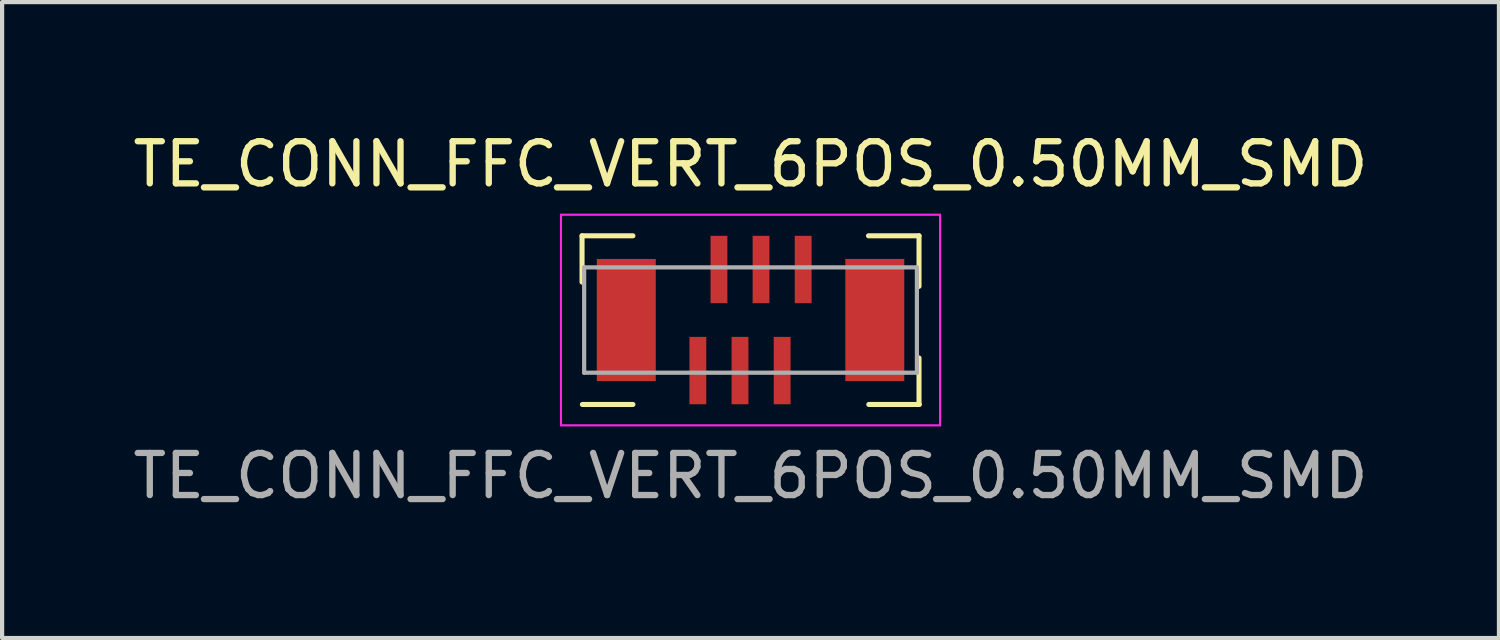
<source format=kicad_pcb>
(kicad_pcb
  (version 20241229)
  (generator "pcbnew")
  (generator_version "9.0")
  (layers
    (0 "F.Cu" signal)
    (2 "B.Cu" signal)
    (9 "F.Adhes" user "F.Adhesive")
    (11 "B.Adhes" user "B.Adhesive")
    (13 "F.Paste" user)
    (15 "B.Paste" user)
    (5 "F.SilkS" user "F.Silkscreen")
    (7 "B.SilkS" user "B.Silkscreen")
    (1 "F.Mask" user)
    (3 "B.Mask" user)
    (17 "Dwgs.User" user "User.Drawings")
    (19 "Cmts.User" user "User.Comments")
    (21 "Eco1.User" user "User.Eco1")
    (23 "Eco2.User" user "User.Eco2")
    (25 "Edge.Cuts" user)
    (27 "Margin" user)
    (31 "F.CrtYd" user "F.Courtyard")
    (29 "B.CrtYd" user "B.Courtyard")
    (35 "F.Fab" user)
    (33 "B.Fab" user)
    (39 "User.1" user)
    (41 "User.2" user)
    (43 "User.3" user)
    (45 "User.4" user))
  (footprint "TE_CONN_FFC_VERT_6POS_0.50MM_SMD"
    (layer "F.Cu")
    (at 14.768 4.548)
    (property "Reference" "TE_CONN_FFC_VERT_6POS_0.50MM_SMD" (at 0 -3.7 0) (layer "F.SilkS") (effects (font (size 1 1) (thickness 0.15))))
    (attr smd)
    (fp_line (start -4 -2) (end -4 -0.9) (stroke (width 0.12) (type solid)) (layer "F.SilkS"))
    (fp_line (start -4 -2) (end -2.792 -2) (stroke (width 0.12) (type solid)) (layer "F.SilkS"))
    (fp_line (start -3.992 2.004) (end -2.792 2.004) (stroke (width 0.12) (type solid)) (layer "F.SilkS"))
    (fp_line (start 2.8 -2) (end 4 -2) (stroke (width 0.12) (type solid)) (layer "F.SilkS"))
    (fp_line (start 2.808 2.004) (end 4.008 2.004) (stroke (width 0.12) (type solid)) (layer "F.SilkS"))
    (fp_line (start 4 -2) (end 4 -0.8) (stroke (width 0.12) (type solid)) (layer "F.SilkS"))
    (fp_line (start 4 0.9) (end 4 2) (stroke (width 0.12) (type solid)) (layer "F.SilkS"))
    (fp_line (start -4.5 -2.5) (end -4.5 2.5) (stroke (width 0.05) (type solid)) (layer "F.CrtYd"))
    (fp_line (start -4.5 2.5) (end 4.5 2.5) (stroke (width 0.05) (type solid)) (layer "F.CrtYd"))
    (fp_line (start 4.5 -2.5) (end -4.5 -2.5) (stroke (width 0.05) (type solid)) (layer "F.CrtYd"))
    (fp_line (start 4.5 2.5) (end 4.5 -2.5) (stroke (width 0.05) (type solid)) (layer "F.CrtYd"))
    (fp_line (start -3.95 -1.25) (end -3.95 1.25) (stroke (width 0.1) (type solid)) (layer "F.Fab"))
    (fp_line (start -3.95 -1.25) (end 3.95 -1.25) (stroke (width 0.1) (type solid)) (layer "F.Fab"))
    (fp_line (start -3.95 1.25) (end 3.95 1.25) (stroke (width 0.1) (type solid)) (layer "F.Fab"))
    (fp_line (start 3.95 -1.25) (end 3.95 1.25) (stroke (width 0.1) (type solid)) (layer "F.Fab"))
    (fp_text user "${REFERENCE}" (at 0 3.7 0) (layer "F.Fab") (effects (font (size 1 1) (thickness 0.15))))
    (pad "1" smd rect (at -1.25 1.2) (size 0.4 1.6) (layers "F.Cu" "F.Mask" "F.Paste"))
    (pad "2" smd rect (at -0.75 -1.2) (size 0.4 1.6) (layers "F.Cu" "F.Mask" "F.Paste"))
    (pad "3" smd rect (at -0.25 1.2) (size 0.4 1.6) (layers "F.Cu" "F.Mask" "F.Paste"))
    (pad "4" smd rect (at 0.25 -1.2) (size 0.4 1.6) (layers "F.Cu" "F.Mask" "F.Paste"))
    (pad "5" smd rect (at 0.75 1.2) (size 0.4 1.6) (layers "F.Cu" "F.Mask" "F.Paste"))
    (pad "6" smd rect (at 1.25 -1.2) (size 0.4 1.6) (layers "F.Cu" "F.Mask" "F.Paste"))
    (pad "MP" smd rect (at -2.95 0) (size 1.4 2.9) (layers "F.Cu" "F.Mask" "F.Paste"))
    (pad "MP" smd rect (at 2.95 0) (size 1.4 2.9) (layers "F.Cu" "F.Mask" "F.Paste")))
  (gr_rect
    (start -3 -3)
    (end 32.536 12.097)
    (stroke (width 0.1) (type default))
    (fill no)
    (layer "Edge.Cuts")))
</source>
